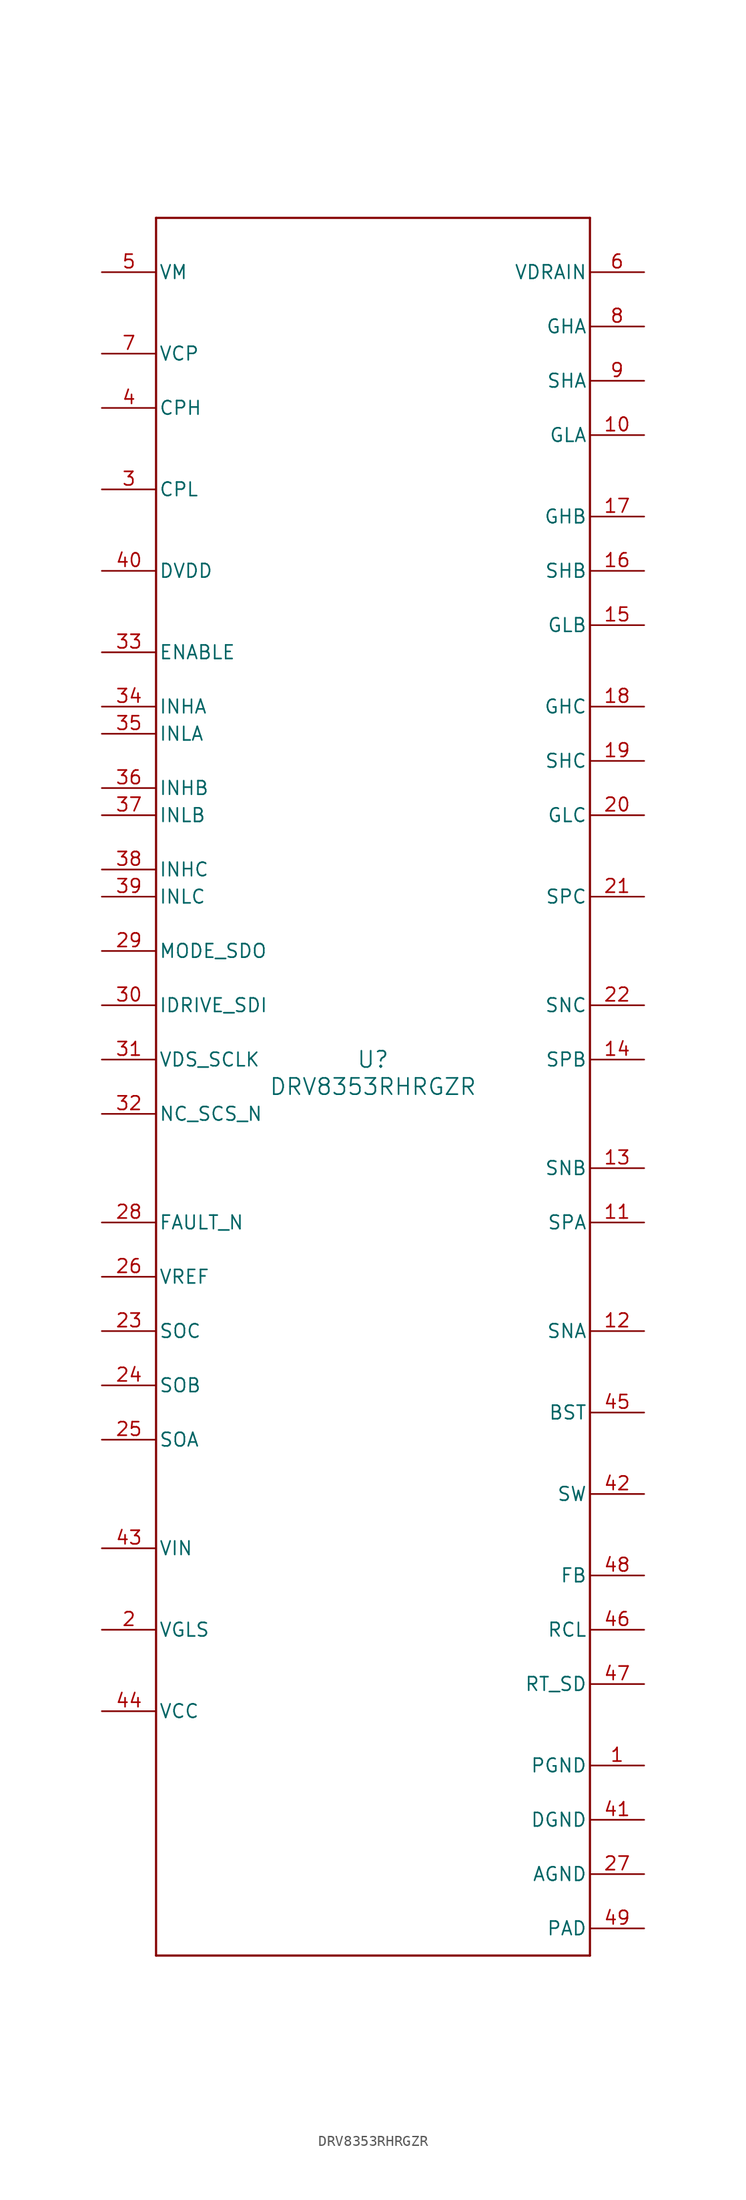
<source format=kicad_sym>
(kicad_symbol_lib
  (version 20211014)
  (generator kicad_symbol_editor)
  (symbol "DRV8353RHRGZR"
    (pin_names
      (offset 0.254))
    (property "Reference" "U"
      (at 0 2.54 0)
      (effects (font (size 1.524 1.524))))
    (property "Value" "DRV8353RHRGZR"
      (at 0 0 0)
      (effects (font (size 1.524 1.524))))
    (symbol "DRV8353RHRGZR_0_1"
      (polyline (pts (xy -20.32 -81.28) (xy 20.32 -81.28)) (stroke (width 0.203) (type default) (color 0 0 0 0)) (fill (type none)))
      (polyline (pts (xy 20.32 -81.28) (xy 20.32 81.28)) (stroke (width 0.203) (type default) (color 0 0 0 0)) (fill (type none)))
      (polyline (pts (xy 20.32 81.28) (xy -20.32 81.28)) (stroke (width 0.203) (type default) (color 0 0 0 0)) (fill (type none)))
      (polyline (pts (xy -20.32 81.28) (xy -20.32 -81.28)) (stroke (width 0.203) (type default) (color 0 0 0 0)) (fill (type none)))
      (pin power_in line (at 25.4 -63.5 180) (length 5.08) (name "PGND" (effects (font (size 1.27 1.27)))) (number "1" (effects (font (size 1.27 1.27)))))
      (pin power_in line (at -25.4 -50.8 0) (length 5.08) (name "VGLS" (effects (font (size 1.27 1.27)))) (number "2" (effects (font (size 1.27 1.27)))))
      (pin power_in line (at -25.4 55.88 0) (length 5.08) (name "CPL" (effects (font (size 1.27 1.27)))) (number "3" (effects (font (size 1.27 1.27)))))
      (pin power_in line (at -25.4 63.5 0) (length 5.08) (name "CPH" (effects (font (size 1.27 1.27)))) (number "4" (effects (font (size 1.27 1.27)))))
      (pin power_in line (at -25.4 76.2 0) (length 5.08) (name "VM" (effects (font (size 1.27 1.27)))) (number "5" (effects (font (size 1.27 1.27)))))
      (pin input line (at 25.4 76.2 180) (length 5.08) (name "VDRAIN" (effects (font (size 1.27 1.27)))) (number "6" (effects (font (size 1.27 1.27)))))
      (pin power_in line (at -25.4 68.58 0) (length 5.08) (name "VCP" (effects (font (size 1.27 1.27)))) (number "7" (effects (font (size 1.27 1.27)))))
      (pin output line (at 25.4 71.12 180) (length 5.08) (name "GHA" (effects (font (size 1.27 1.27)))) (number "8" (effects (font (size 1.27 1.27)))))
      (pin input line (at 25.4 66.04 180) (length 5.08) (name "SHA" (effects (font (size 1.27 1.27)))) (number "9" (effects (font (size 1.27 1.27)))))
      (pin output line (at 25.4 60.96 180) (length 5.08) (name "GLA" (effects (font (size 1.27 1.27)))) (number "10" (effects (font (size 1.27 1.27)))))
      (pin input line (at 25.4 -12.7 180) (length 5.08) (name "SPA" (effects (font (size 1.27 1.27)))) (number "11" (effects (font (size 1.27 1.27)))))
      (pin input line (at 25.4 -22.86 180) (length 5.08) (name "SNA" (effects (font (size 1.27 1.27)))) (number "12" (effects (font (size 1.27 1.27)))))
      (pin input line (at 25.4 -7.62 180) (length 5.08) (name "SNB" (effects (font (size 1.27 1.27)))) (number "13" (effects (font (size 1.27 1.27)))))
      (pin input line (at 25.4 2.54 180) (length 5.08) (name "SPB" (effects (font (size 1.27 1.27)))) (number "14" (effects (font (size 1.27 1.27)))))
      (pin output line (at 25.4 43.18 180) (length 5.08) (name "GLB" (effects (font (size 1.27 1.27)))) (number "15" (effects (font (size 1.27 1.27)))))
      (pin input line (at 25.4 48.26 180) (length 5.08) (name "SHB" (effects (font (size 1.27 1.27)))) (number "16" (effects (font (size 1.27 1.27)))))
      (pin output line (at 25.4 53.34 180) (length 5.08) (name "GHB" (effects (font (size 1.27 1.27)))) (number "17" (effects (font (size 1.27 1.27)))))
      (pin output line (at 25.4 35.56 180) (length 5.08) (name "GHC" (effects (font (size 1.27 1.27)))) (number "18" (effects (font (size 1.27 1.27)))))
      (pin input line (at 25.4 30.48 180) (length 5.08) (name "SHC" (effects (font (size 1.27 1.27)))) (number "19" (effects (font (size 1.27 1.27)))))
      (pin output line (at 25.4 25.4 180) (length 5.08) (name "GLC" (effects (font (size 1.27 1.27)))) (number "20" (effects (font (size 1.27 1.27)))))
      (pin input line (at 25.4 17.78 180) (length 5.08) (name "SPC" (effects (font (size 1.27 1.27)))) (number "21" (effects (font (size 1.27 1.27)))))
      (pin input line (at 25.4 7.62 180) (length 5.08) (name "SNC" (effects (font (size 1.27 1.27)))) (number "22" (effects (font (size 1.27 1.27)))))
      (pin output line (at -25.4 -22.86 0) (length 5.08) (name "SOC" (effects (font (size 1.27 1.27)))) (number "23" (effects (font (size 1.27 1.27)))))
      (pin output line (at -25.4 -27.94 0) (length 5.08) (name "SOB" (effects (font (size 1.27 1.27)))) (number "24" (effects (font (size 1.27 1.27)))))
      (pin output line (at -25.4 -33.02 0) (length 5.08) (name "SOA" (effects (font (size 1.27 1.27)))) (number "25" (effects (font (size 1.27 1.27)))))
      (pin power_in line (at -25.4 -17.78 0) (length 5.08) (name "VREF" (effects (font (size 1.27 1.27)))) (number "26" (effects (font (size 1.27 1.27)))))
      (pin power_in line (at 25.4 -73.66 180) (length 5.08) (name "AGND" (effects (font (size 1.27 1.27)))) (number "27" (effects (font (size 1.27 1.27)))))
      (pin open_collector line (at -25.4 -12.7 0) (length 5.08) (name "FAULT_N" (effects (font (size 1.27 1.27)))) (number "28" (effects (font (size 1.27 1.27)))))
      (pin bidirectional line (at -25.4 12.7 0) (length 5.08) (name "MODE_SDO" (effects (font (size 1.27 1.27)))) (number "29" (effects (font (size 1.27 1.27)))))
      (pin input line (at -25.4 7.62 0) (length 5.08) (name "IDRIVE_SDI" (effects (font (size 1.27 1.27)))) (number "30" (effects (font (size 1.27 1.27)))))
      (pin input line (at -25.4 2.54 0) (length 5.08) (name "VDS_SCLK" (effects (font (size 1.27 1.27)))) (number "31" (effects (font (size 1.27 1.27)))))
      (pin input line (at -25.4 -2.54 0) (length 5.08) (name "NC_SCS_N" (effects (font (size 1.27 1.27)))) (number "32" (effects (font (size 1.27 1.27)))))
      (pin input line (at -25.4 40.64 0) (length 5.08) (name "ENABLE" (effects (font (size 1.27 1.27)))) (number "33" (effects (font (size 1.27 1.27)))))
      (pin input line (at -25.4 35.56 0) (length 5.08) (name "INHA" (effects (font (size 1.27 1.27)))) (number "34" (effects (font (size 1.27 1.27)))))
      (pin input line (at -25.4 33.02 0) (length 5.08) (name "INLA" (effects (font (size 1.27 1.27)))) (number "35" (effects (font (size 1.27 1.27)))))
      (pin input line (at -25.4 27.94 0) (length 5.08) (name "INHB" (effects (font (size 1.27 1.27)))) (number "36" (effects (font (size 1.27 1.27)))))
      (pin input line (at -25.4 25.4 0) (length 5.08) (name "INLB" (effects (font (size 1.27 1.27)))) (number "37" (effects (font (size 1.27 1.27)))))
      (pin input line (at -25.4 20.32 0) (length 5.08) (name "INHC" (effects (font (size 1.27 1.27)))) (number "38" (effects (font (size 1.27 1.27)))))
      (pin input line (at -25.4 17.78 0) (length 5.08) (name "INLC" (effects (font (size 1.27 1.27)))) (number "39" (effects (font (size 1.27 1.27)))))
      (pin power_in line (at -25.4 48.26 0) (length 5.08) (name "DVDD" (effects (font (size 1.27 1.27)))) (number "40" (effects (font (size 1.27 1.27)))))
      (pin power_in line (at 25.4 -68.58 180) (length 5.08) (name "DGND" (effects (font (size 1.27 1.27)))) (number "41" (effects (font (size 1.27 1.27)))))
      (pin power_in line (at 25.4 -38.1 180) (length 5.08) (name "SW" (effects (font (size 1.27 1.27)))) (number "42" (effects (font (size 1.27 1.27)))))
      (pin power_in line (at -25.4 -43.18 0) (length 5.08) (name "VIN" (effects (font (size 1.27 1.27)))) (number "43" (effects (font (size 1.27 1.27)))))
      (pin power_in line (at -25.4 -58.42 0) (length 5.08) (name "VCC" (effects (font (size 1.27 1.27)))) (number "44" (effects (font (size 1.27 1.27)))))
      (pin power_in line (at 25.4 -30.48 180) (length 5.08) (name "BST" (effects (font (size 1.27 1.27)))) (number "45" (effects (font (size 1.27 1.27)))))
      (pin input line (at 25.4 -50.8 180) (length 5.08) (name "RCL" (effects (font (size 1.27 1.27)))) (number "46" (effects (font (size 1.27 1.27)))))
      (pin input line (at 25.4 -55.88 180) (length 5.08) (name "RT_SD" (effects (font (size 1.27 1.27)))) (number "47" (effects (font (size 1.27 1.27)))))
      (pin input line (at 25.4 -45.72 180) (length 5.08) (name "FB" (effects (font (size 1.27 1.27)))) (number "48" (effects (font (size 1.27 1.27)))))
      (pin power_in line (at 25.4 -78.74 180) (length 5.08) (name "PAD" (effects (font (size 1.27 1.27)))) (number "49" (effects (font (size 1.27 1.27))))))))
</source>
